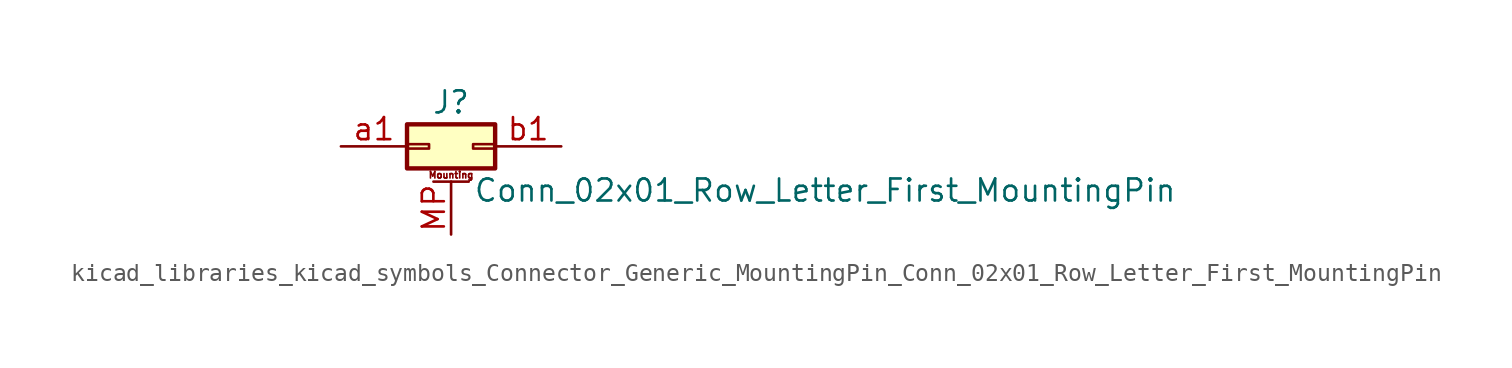
<source format=kicad_sym>
(kicad_symbol_lib
  (version 20220914)
  (generator kicad_symbol_editor)
  (symbol "kicad_libraries_kicad_symbols_Connector_Generic_MountingPin_Conn_02x01_Row_Letter_First_MountingPin"
    (pin_names
      (offset 1.016) hide)
    (property "Reference" "J"
      (at 1.27 2.54 0)
      (effects (font (size 1.27 1.27))))
    (property "Value" "Conn_02x01_Row_Letter_First_MountingPin"
      (at 2.54 -2.54 0)
      (effects (font (size 1.27 1.27)) (justify left)))
    (symbol "kicad_libraries_kicad_symbols_Connector_Generic_MountingPin_Conn_02x01_Row_Letter_First_MountingPin_1_1"
      (rectangle (start -1.27 0.127) (end 0 -0.127) (stroke (width 0.152) (type default)) (fill (type none)))
      (rectangle (start -1.27 1.27) (end 3.81 -1.27) (stroke (width 0.254) (type default)) (fill (type background)))
      (polyline (pts (xy 0.254 -2.032) (xy 2.286 -2.032)) (stroke (width 0.152) (type default)) (fill (type none)))
      (rectangle (start 3.81 0.127) (end 2.54 -0.127) (stroke (width 0.152) (type default)) (fill (type none)))
      (text "Mounting" (at 1.27 -1.651 0) (effects (font (size 0.381 0.381))))
      (pin passive line (at 1.27 -5.08 90) (length 3.048) (name "MountPin" (effects (font (size 1.27 1.27)))) (number "MP" (effects (font (size 1.27 1.27)))))
      (pin passive line (at -5.08 0 0) (length 3.81) (name "Pin_a1" (effects (font (size 1.27 1.27)))) (number "a1" (effects (font (size 1.27 1.27)))))
      (pin passive line (at 7.62 0 180) (length 3.81) (name "Pin_b1" (effects (font (size 1.27 1.27)))) (number "b1" (effects (font (size 1.27 1.27))))))))
</source>
